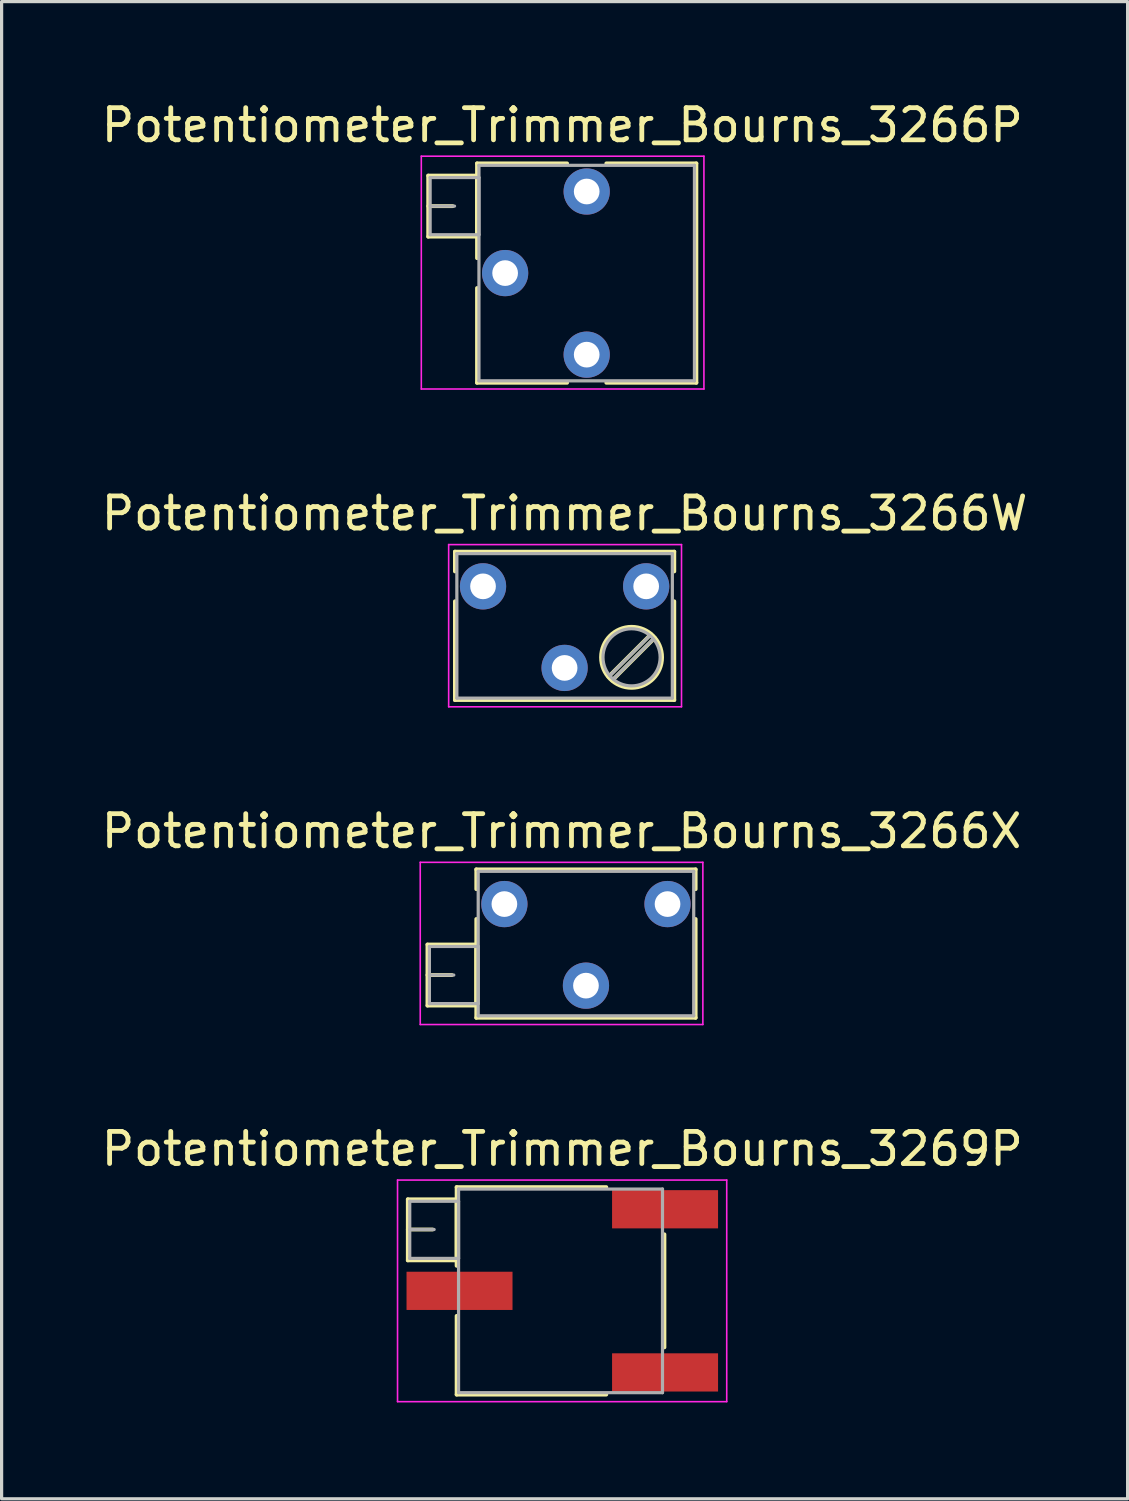
<source format=kicad_pcb>
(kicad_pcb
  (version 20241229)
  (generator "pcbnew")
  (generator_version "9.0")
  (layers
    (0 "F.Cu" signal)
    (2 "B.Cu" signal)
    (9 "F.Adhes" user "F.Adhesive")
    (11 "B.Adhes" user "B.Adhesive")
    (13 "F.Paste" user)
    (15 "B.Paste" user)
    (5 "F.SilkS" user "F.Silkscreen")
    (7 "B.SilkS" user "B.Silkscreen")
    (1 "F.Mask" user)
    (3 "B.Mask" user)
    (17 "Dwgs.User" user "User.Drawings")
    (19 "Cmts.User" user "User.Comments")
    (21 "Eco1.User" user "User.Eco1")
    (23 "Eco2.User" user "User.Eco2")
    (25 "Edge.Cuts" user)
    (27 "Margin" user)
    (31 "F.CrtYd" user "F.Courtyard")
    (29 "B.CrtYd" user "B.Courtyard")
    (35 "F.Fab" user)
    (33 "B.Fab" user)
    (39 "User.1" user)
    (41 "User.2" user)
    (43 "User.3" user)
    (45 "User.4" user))
  (footprint "Potentiometer_Trimmer_Bourns_3266W"
    (layer "F.Cu")
    (at 17.07 15.207)
    (property "Reference" "Potentiometer_Trimmer_Bourns_3266W" (at -2.54 -2.27 0) (layer "F.SilkS") (effects (font (size 1 1) (thickness 0.15))))
    (attr through_hole)
    (fp_line (start -5.955 -1.08) (end -5.955 -0.465) (stroke (width 0.12) (type solid)) (layer "F.SilkS"))
    (fp_line (start -5.955 -1.08) (end 0.875 -1.08) (stroke (width 0.12) (type solid)) (layer "F.SilkS"))
    (fp_line (start -5.955 0.465) (end -5.955 3.54) (stroke (width 0.12) (type solid)) (layer "F.SilkS"))
    (fp_line (start -5.955 3.54) (end 0.875 3.54) (stroke (width 0.12) (type solid)) (layer "F.SilkS"))
    (fp_line (start 0.15 1.49) (end -1.175 2.815) (stroke (width 0.12) (type solid)) (layer "F.SilkS"))
    (fp_line (start 0.266 1.606) (end -1.059 2.931) (stroke (width 0.12) (type solid)) (layer "F.SilkS"))
    (fp_line (start 0.875 -1.08) (end 0.875 -0.465) (stroke (width 0.12) (type solid)) (layer "F.SilkS"))
    (fp_line (start 0.875 0.465) (end 0.875 3.54) (stroke (width 0.12) (type solid)) (layer "F.SilkS"))
    (fp_circle (center -0.455 2.21) (end 0.495 2.21) (stroke (width 0.12) (type solid)) (fill no) (layer "F.SilkS"))
    (fp_line (start -6.15 -1.3) (end -6.15 3.75) (stroke (width 0.05) (type solid)) (layer "F.CrtYd"))
    (fp_line (start -6.15 3.75) (end 1.1 3.75) (stroke (width 0.05) (type solid)) (layer "F.CrtYd"))
    (fp_line (start 1.1 -1.3) (end -6.15 -1.3) (stroke (width 0.05) (type solid)) (layer "F.CrtYd"))
    (fp_line (start 1.1 3.75) (end 1.1 -1.3) (stroke (width 0.05) (type solid)) (layer "F.CrtYd"))
    (fp_line (start -5.895 -1.02) (end -5.895 3.48) (stroke (width 0.1) (type solid)) (layer "F.Fab"))
    (fp_line (start -5.895 3.48) (end 0.815 3.48) (stroke (width 0.1) (type solid)) (layer "F.Fab"))
    (fp_line (start 0.112 1.536) (end -1.13 2.777) (stroke (width 0.1) (type solid)) (layer "F.Fab"))
    (fp_line (start 0.22 1.644) (end -1.021 2.885) (stroke (width 0.1) (type solid)) (layer "F.Fab"))
    (fp_line (start 0.815 -1.02) (end -5.895 -1.02) (stroke (width 0.1) (type solid)) (layer "F.Fab"))
    (fp_line (start 0.815 3.48) (end 0.815 -1.02) (stroke (width 0.1) (type solid)) (layer "F.Fab"))
    (fp_circle (center -0.455 2.21) (end 0.435 2.21) (stroke (width 0.1) (type solid)) (fill no) (layer "F.Fab"))
    (pad "1" thru_hole circle (at 0 0) (size 1.44 1.44) (drill 0.8) (layers "*.Cu" "*.Mask"))
    (pad "2" thru_hole circle (at -2.54 2.54) (size 1.44 1.44) (drill 0.8) (layers "*.Cu" "*.Mask"))
    (pad "3" thru_hole circle (at -5.08 0) (size 1.44 1.44) (drill 0.8) (layers "*.Cu" "*.Mask")))
  (footprint "Potentiometer_Trimmer_Bourns_3266X"
    (layer "F.Cu")
    (at 17.735 25.1)
    (property "Reference" "Potentiometer_Trimmer_Bourns_3266X" (at -3.3 -2.27 0) (layer "F.SilkS") (effects (font (size 1 1) (thickness 0.15))))
    (attr through_hole)
    (fp_line (start -7.475 1.26) (end -7.475 3.16) (stroke (width 0.12) (type solid)) (layer "F.SilkS"))
    (fp_line (start -7.475 1.26) (end -5.956 1.26) (stroke (width 0.12) (type solid)) (layer "F.SilkS"))
    (fp_line (start -7.475 2.21) (end -6.715 2.21) (stroke (width 0.12) (type solid)) (layer "F.SilkS"))
    (fp_line (start -7.475 3.16) (end -5.956 3.16) (stroke (width 0.12) (type solid)) (layer "F.SilkS"))
    (fp_line (start -5.956 1.26) (end -5.956 3.16) (stroke (width 0.12) (type solid)) (layer "F.SilkS"))
    (fp_line (start -5.955 -1.08) (end -5.955 -0.465) (stroke (width 0.12) (type solid)) (layer "F.SilkS"))
    (fp_line (start -5.955 -1.08) (end 0.875 -1.08) (stroke (width 0.12) (type solid)) (layer "F.SilkS"))
    (fp_line (start -5.955 0.465) (end -5.955 3.54) (stroke (width 0.12) (type solid)) (layer "F.SilkS"))
    (fp_line (start -5.955 3.54) (end 0.875 3.54) (stroke (width 0.12) (type solid)) (layer "F.SilkS"))
    (fp_line (start 0.875 -1.08) (end 0.875 -0.465) (stroke (width 0.12) (type solid)) (layer "F.SilkS"))
    (fp_line (start 0.875 0.465) (end 0.875 3.54) (stroke (width 0.12) (type solid)) (layer "F.SilkS"))
    (fp_line (start -7.7 -1.3) (end -7.7 3.75) (stroke (width 0.05) (type solid)) (layer "F.CrtYd"))
    (fp_line (start -7.7 3.75) (end 1.1 3.75) (stroke (width 0.05) (type solid)) (layer "F.CrtYd"))
    (fp_line (start 1.1 -1.3) (end -7.7 -1.3) (stroke (width 0.05) (type solid)) (layer "F.CrtYd"))
    (fp_line (start 1.1 3.75) (end 1.1 -1.3) (stroke (width 0.05) (type solid)) (layer "F.CrtYd"))
    (fp_line (start -7.415 1.32) (end -7.415 3.1) (stroke (width 0.1) (type solid)) (layer "F.Fab"))
    (fp_line (start -7.415 2.21) (end -6.655 2.21) (stroke (width 0.1) (type solid)) (layer "F.Fab"))
    (fp_line (start -7.415 3.1) (end -5.895 3.1) (stroke (width 0.1) (type solid)) (layer "F.Fab"))
    (fp_line (start -5.895 -1.02) (end -5.895 3.48) (stroke (width 0.1) (type solid)) (layer "F.Fab"))
    (fp_line (start -5.895 1.32) (end -7.415 1.32) (stroke (width 0.1) (type solid)) (layer "F.Fab"))
    (fp_line (start -5.895 3.1) (end -5.895 1.32) (stroke (width 0.1) (type solid)) (layer "F.Fab"))
    (fp_line (start -5.895 3.48) (end 0.815 3.48) (stroke (width 0.1) (type solid)) (layer "F.Fab"))
    (fp_line (start 0.815 -1.02) (end -5.895 -1.02) (stroke (width 0.1) (type solid)) (layer "F.Fab"))
    (fp_line (start 0.815 3.48) (end 0.815 -1.02) (stroke (width 0.1) (type solid)) (layer "F.Fab"))
    (pad "1" thru_hole circle (at 0 0) (size 1.44 1.44) (drill 0.8) (layers "*.Cu" "*.Mask"))
    (pad "2" thru_hole circle (at -2.54 2.54) (size 1.44 1.44) (drill 0.8) (layers "*.Cu" "*.Mask"))
    (pad "3" thru_hole circle (at -5.08 0) (size 1.44 1.44) (drill 0.8) (layers "*.Cu" "*.Mask")))
  (footprint "Potentiometer_Trimmer_Bourns_3266P"
    (layer "F.Cu")
    (at 15.218 2.913)
    (property "Reference" "Potentiometer_Trimmer_Bourns_3266P" (at -0.76 -2.065 0) (layer "F.SilkS") (effects (font (size 1 1) (thickness 0.15))))
    (attr through_hole)
    (fp_line (start -4.935 -0.495) (end -4.935 1.405) (stroke (width 0.12) (type solid)) (layer "F.SilkS"))
    (fp_line (start -4.935 -0.495) (end -3.416 -0.495) (stroke (width 0.12) (type solid)) (layer "F.SilkS"))
    (fp_line (start -4.935 0.455) (end -4.175 0.455) (stroke (width 0.12) (type solid)) (layer "F.SilkS"))
    (fp_line (start -4.935 1.405) (end -3.416 1.405) (stroke (width 0.12) (type solid)) (layer "F.SilkS"))
    (fp_line (start -3.416 -0.495) (end -3.416 1.405) (stroke (width 0.12) (type solid)) (layer "F.SilkS"))
    (fp_line (start -3.415 -0.875) (end -3.415 2.075) (stroke (width 0.12) (type solid)) (layer "F.SilkS"))
    (fp_line (start -3.415 -0.875) (end -0.61 -0.875) (stroke (width 0.12) (type solid)) (layer "F.SilkS"))
    (fp_line (start -3.415 3.005) (end -3.415 5.955) (stroke (width 0.12) (type solid)) (layer "F.SilkS"))
    (fp_line (start -3.415 5.955) (end -0.61 5.955) (stroke (width 0.12) (type solid)) (layer "F.SilkS"))
    (fp_line (start 0.611 -0.875) (end 3.415 -0.875) (stroke (width 0.12) (type solid)) (layer "F.SilkS"))
    (fp_line (start 0.611 5.955) (end 3.415 5.955) (stroke (width 0.12) (type solid)) (layer "F.SilkS"))
    (fp_line (start 3.415 -0.875) (end 3.415 5.955) (stroke (width 0.12) (type solid)) (layer "F.SilkS"))
    (fp_line (start -5.15 -1.1) (end -5.15 6.15) (stroke (width 0.05) (type solid)) (layer "F.CrtYd"))
    (fp_line (start -5.15 6.15) (end 3.65 6.15) (stroke (width 0.05) (type solid)) (layer "F.CrtYd"))
    (fp_line (start 3.65 -1.1) (end -5.15 -1.1) (stroke (width 0.05) (type solid)) (layer "F.CrtYd"))
    (fp_line (start 3.65 6.15) (end 3.65 -1.1) (stroke (width 0.05) (type solid)) (layer "F.CrtYd"))
    (fp_line (start -4.875 -0.435) (end -4.875 1.345) (stroke (width 0.1) (type solid)) (layer "F.Fab"))
    (fp_line (start -4.875 0.455) (end -4.115 0.455) (stroke (width 0.1) (type solid)) (layer "F.Fab"))
    (fp_line (start -4.875 1.345) (end -3.355 1.345) (stroke (width 0.1) (type solid)) (layer "F.Fab"))
    (fp_line (start -3.355 -0.815) (end -3.355 5.895) (stroke (width 0.1) (type solid)) (layer "F.Fab"))
    (fp_line (start -3.355 -0.435) (end -4.875 -0.435) (stroke (width 0.1) (type solid)) (layer "F.Fab"))
    (fp_line (start -3.355 1.345) (end -3.355 -0.435) (stroke (width 0.1) (type solid)) (layer "F.Fab"))
    (fp_line (start -3.355 5.895) (end 3.355 5.895) (stroke (width 0.1) (type solid)) (layer "F.Fab"))
    (fp_line (start 3.355 -0.815) (end -3.355 -0.815) (stroke (width 0.1) (type solid)) (layer "F.Fab"))
    (fp_line (start 3.355 5.895) (end 3.355 -0.815) (stroke (width 0.1) (type solid)) (layer "F.Fab"))
    (pad "1" thru_hole circle (at 0 0) (size 1.44 1.44) (drill 0.8) (layers "*.Cu" "*.Mask"))
    (pad "2" thru_hole circle (at -2.54 2.54) (size 1.44 1.44) (drill 0.8) (layers "*.Cu" "*.Mask"))
    (pad "3" thru_hole circle (at 0 5.08) (size 1.44 1.44) (drill 0.8) (layers "*.Cu" "*.Mask")))
  (footprint "Potentiometer_Trimmer_Bourns_3269P"
    (layer "F.Cu")
    (at 14.458 37.143)
    (property "Reference" "Potentiometer_Trimmer_Bourns_3269P" (at 0 -4.42 0) (layer "F.SilkS") (effects (font (size 1 1) (thickness 0.15))))
    (attr smd)
    (fp_line (start -4.81 -2.85) (end -4.81 -0.95) (stroke (width 0.12) (type solid)) (layer "F.SilkS"))
    (fp_line (start -4.81 -2.85) (end -3.29 -2.85) (stroke (width 0.12) (type solid)) (layer "F.SilkS"))
    (fp_line (start -4.81 -1.91) (end -4.04 -1.91) (stroke (width 0.12) (type solid)) (layer "F.SilkS"))
    (fp_line (start -4.81 -0.95) (end -3.29 -0.95) (stroke (width 0.12) (type solid)) (layer "F.SilkS"))
    (fp_line (start -3.29 -3.23) (end -3.29 -0.78) (stroke (width 0.12) (type solid)) (layer "F.SilkS"))
    (fp_line (start -3.29 -3.23) (end 1.37 -3.23) (stroke (width 0.12) (type solid)) (layer "F.SilkS"))
    (fp_line (start -3.29 -2.85) (end -3.29 -0.95) (stroke (width 0.12) (type solid)) (layer "F.SilkS"))
    (fp_line (start -3.29 0.78) (end -3.29 3.23) (stroke (width 0.12) (type solid)) (layer "F.SilkS"))
    (fp_line (start -3.29 3.23) (end 1.37 3.23) (stroke (width 0.12) (type solid)) (layer "F.SilkS"))
    (fp_line (start 3.18 -1.76) (end 3.18 1.76) (stroke (width 0.12) (type solid)) (layer "F.SilkS"))
    (fp_line (start -5.13 -3.45) (end -5.13 3.45) (stroke (width 0.05) (type solid)) (layer "F.CrtYd"))
    (fp_line (start -5.13 3.45) (end 5.12 3.45) (stroke (width 0.05) (type solid)) (layer "F.CrtYd"))
    (fp_line (start 5.12 -3.45) (end -5.13 -3.45) (stroke (width 0.05) (type solid)) (layer "F.CrtYd"))
    (fp_line (start 5.12 3.45) (end 5.12 -3.45) (stroke (width 0.05) (type solid)) (layer "F.CrtYd"))
    (fp_line (start -4.75 -2.79) (end -4.75 -1.01) (stroke (width 0.1) (type solid)) (layer "F.Fab"))
    (fp_line (start -4.75 -1.91) (end -3.99 -1.91) (stroke (width 0.1) (type solid)) (layer "F.Fab"))
    (fp_line (start -4.75 -1.01) (end -3.23 -1.01) (stroke (width 0.1) (type solid)) (layer "F.Fab"))
    (fp_line (start -3.23 -3.17) (end -3.23 3.17) (stroke (width 0.1) (type solid)) (layer "F.Fab"))
    (fp_line (start -3.23 -2.79) (end -4.75 -2.79) (stroke (width 0.1) (type solid)) (layer "F.Fab"))
    (fp_line (start -3.23 -1.01) (end -3.23 -2.79) (stroke (width 0.1) (type solid)) (layer "F.Fab"))
    (fp_line (start -3.23 3.17) (end 3.12 3.17) (stroke (width 0.1) (type solid)) (layer "F.Fab"))
    (fp_line (start 3.12 -3.17) (end -3.23 -3.17) (stroke (width 0.1) (type solid)) (layer "F.Fab"))
    (fp_line (start 3.12 3.17) (end 3.12 -3.17) (stroke (width 0.1) (type solid)) (layer "F.Fab"))
    (pad "1" smd rect (at 3.2 -2.54) (size 3.3 1.19) (layers "F.Cu" "F.Mask"))
    (pad "2" smd rect (at -3.2 0) (size 3.3 1.19) (layers "F.Cu" "F.Mask"))
    (pad "3" smd rect (at 3.2 2.54) (size 3.3 1.19) (layers "F.Cu" "F.Mask")))
  (gr_rect
    (start -3 -3)
    (end 32.06 43.618)
    (stroke (width 0.1) (type default))
    (fill no)
    (layer "Edge.Cuts")))
</source>
